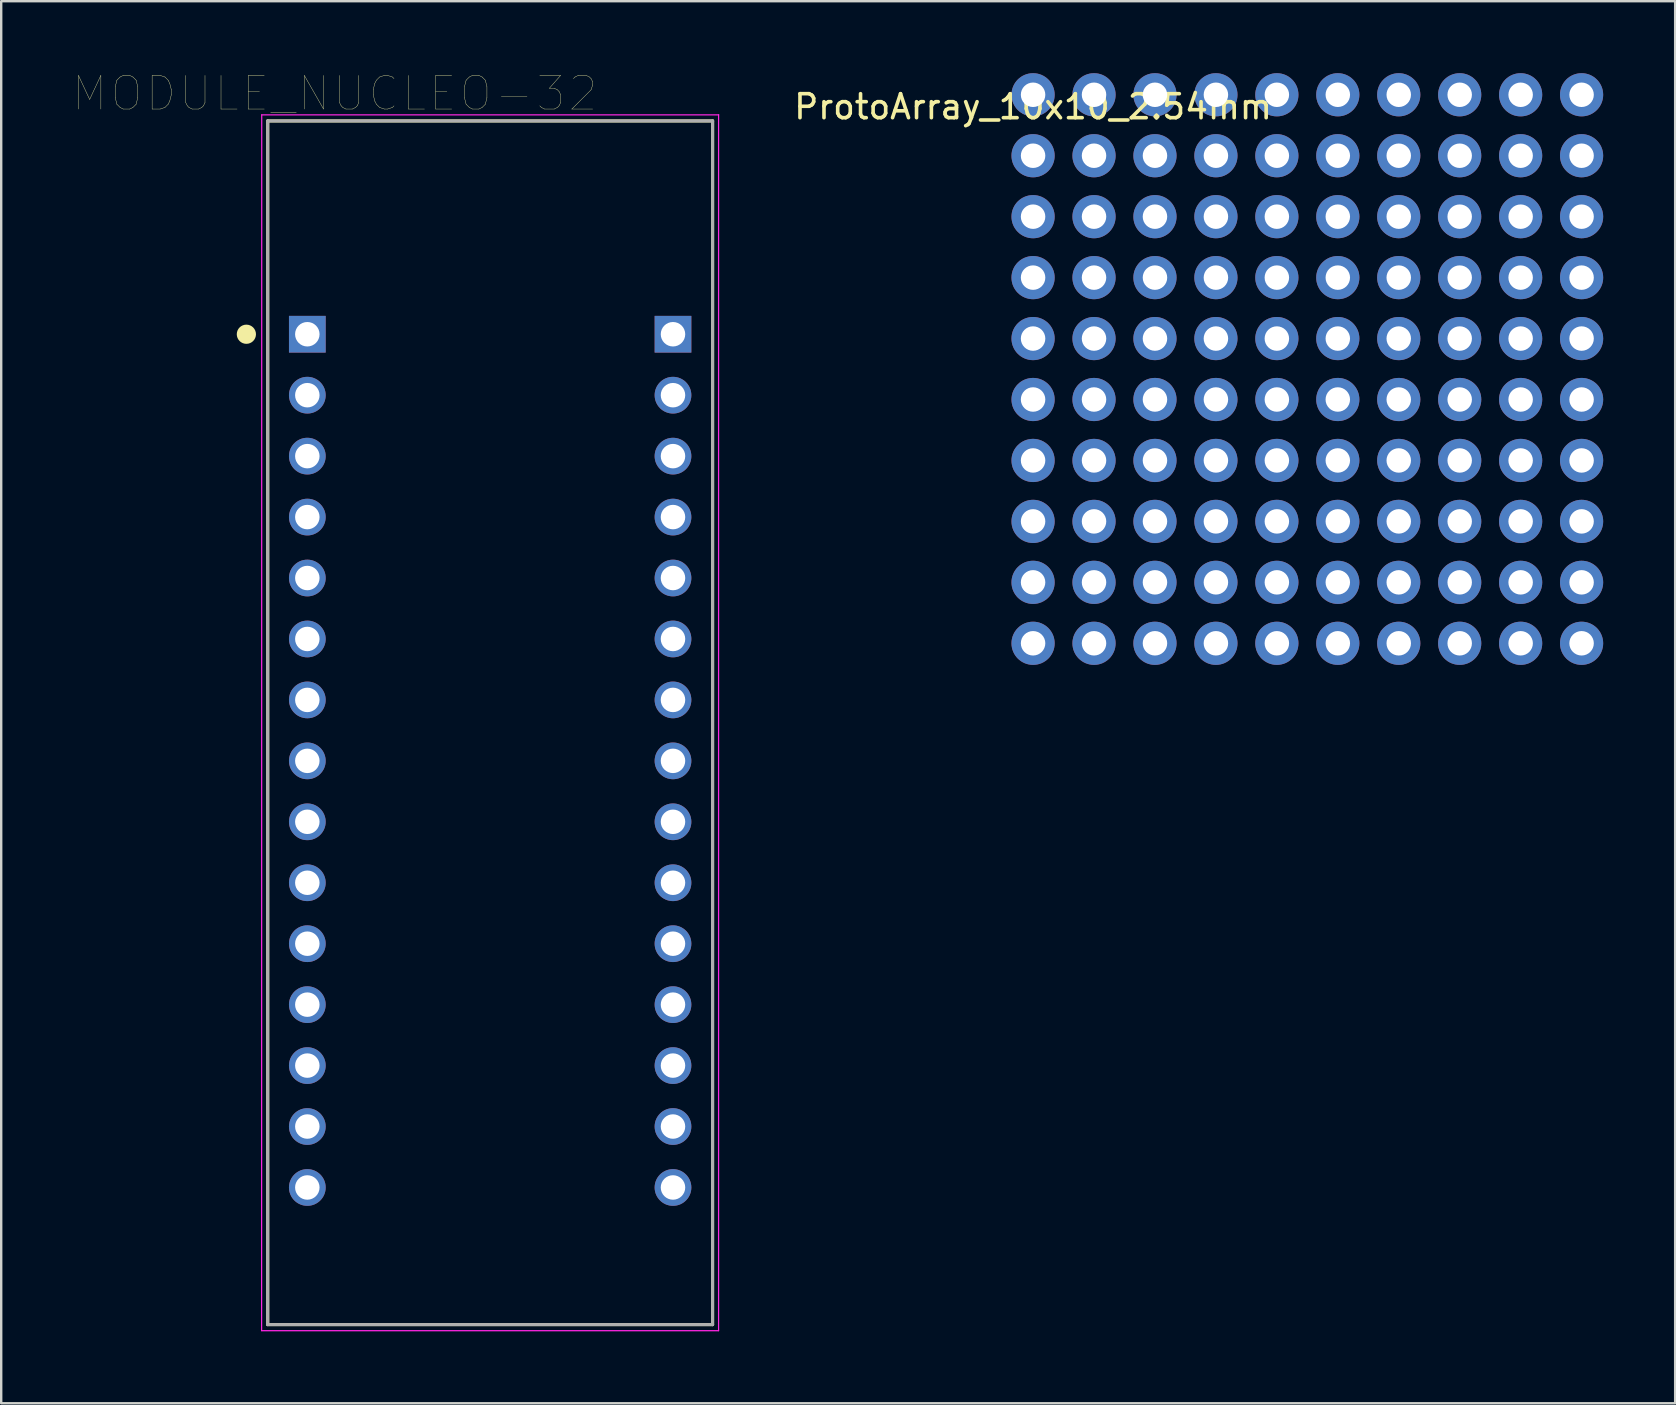
<source format=kicad_pcb>
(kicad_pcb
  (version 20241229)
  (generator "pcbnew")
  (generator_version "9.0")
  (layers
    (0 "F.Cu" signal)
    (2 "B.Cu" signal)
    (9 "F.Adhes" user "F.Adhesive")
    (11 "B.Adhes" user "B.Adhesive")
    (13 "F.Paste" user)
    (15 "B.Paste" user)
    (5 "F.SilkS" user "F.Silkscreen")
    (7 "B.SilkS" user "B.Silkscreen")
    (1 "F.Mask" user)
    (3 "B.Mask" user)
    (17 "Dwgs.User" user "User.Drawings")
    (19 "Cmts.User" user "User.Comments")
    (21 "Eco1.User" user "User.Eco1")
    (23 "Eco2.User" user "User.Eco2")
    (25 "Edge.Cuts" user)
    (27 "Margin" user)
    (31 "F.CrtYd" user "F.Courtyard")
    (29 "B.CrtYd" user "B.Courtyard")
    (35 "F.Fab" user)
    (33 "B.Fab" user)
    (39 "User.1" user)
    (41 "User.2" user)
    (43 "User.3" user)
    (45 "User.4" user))
  (footprint "MODULE_NUCLEO-32"
    (layer "F.Cu")
    (at 17.378 28.66)
    (property "Reference" "MODULE_NUCLEO-32" (at -6.477 -27.813 0) (layer "F.SilkS") (effects (font (size 1.402 1.402) (thickness 0.015))))
    (attr through_hole)
    (fp_line (start -9.27 -26.67) (end 9.271 -26.67) (stroke (width 0.127) (type solid)) (layer "F.SilkS"))
    (fp_line (start -9.27 23.495) (end -9.27 -26.67) (stroke (width 0.127) (type solid)) (layer "F.SilkS"))
    (fp_line (start 9.27 23.495) (end -9.27 23.495) (stroke (width 0.127) (type solid)) (layer "F.SilkS"))
    (fp_line (start 9.271 -26.67) (end 9.27 23.495) (stroke (width 0.127) (type solid)) (layer "F.SilkS"))
    (fp_circle (center -10.16 -17.78) (end -9.96 -17.78) (stroke (width 0.4) (type solid)) (fill no) (layer "F.SilkS"))
    (fp_line (start -9.525 23.749) (end -9.52 -26.924) (stroke (width 0.05) (type solid)) (layer "F.CrtYd"))
    (fp_line (start -9.52 -26.924) (end 9.525 -26.924) (stroke (width 0.05) (type solid)) (layer "F.CrtYd"))
    (fp_line (start 9.52 -26.924) (end 9.52 23.749) (stroke (width 0.05) (type solid)) (layer "F.CrtYd"))
    (fp_line (start 9.52 23.749) (end -9.52 23.749) (stroke (width 0.05) (type solid)) (layer "F.CrtYd"))
    (fp_line (start -9.271 -26.67) (end 9.271 -26.67) (stroke (width 0.127) (type solid)) (layer "F.Fab"))
    (fp_line (start -9.271 23.495) (end -9.27 -26.67) (stroke (width 0.127) (type solid)) (layer "F.Fab"))
    (fp_line (start 9.27 23.495) (end -9.271 23.495) (stroke (width 0.127) (type solid)) (layer "F.Fab"))
    (fp_line (start 9.271 -26.67) (end 9.27 23.495) (stroke (width 0.127) (type solid)) (layer "F.Fab"))
    (pad "3.1" thru_hole rect (at -7.62 -17.78) (size 1.53 1.53) (drill 1.02) (layers "*.Cu" "*.Mask"))
    (pad "3.2" thru_hole circle (at -7.62 -15.24) (size 1.53 1.53) (drill 1.02) (layers "*.Cu" "*.Mask"))
    (pad "3.3" thru_hole circle (at -7.62 -12.7) (size 1.53 1.53) (drill 1.02) (layers "*.Cu" "*.Mask"))
    (pad "3.4" thru_hole circle (at -7.62 -10.16) (size 1.53 1.53) (drill 1.02) (layers "*.Cu" "*.Mask"))
    (pad "3.5" thru_hole circle (at -7.62 -7.62) (size 1.53 1.53) (drill 1.02) (layers "*.Cu" "*.Mask"))
    (pad "3.6" thru_hole circle (at -7.62 -5.08) (size 1.53 1.53) (drill 1.02) (layers "*.Cu" "*.Mask"))
    (pad "3.7" thru_hole circle (at -7.62 -2.54) (size 1.53 1.53) (drill 1.02) (layers "*.Cu" "*.Mask"))
    (pad "3.8" thru_hole circle (at -7.62 0) (size 1.53 1.53) (drill 1.02) (layers "*.Cu" "*.Mask"))
    (pad "3.9" thru_hole circle (at -7.62 2.54) (size 1.53 1.53) (drill 1.02) (layers "*.Cu" "*.Mask"))
    (pad "3.10" thru_hole circle (at -7.62 5.08) (size 1.53 1.53) (drill 1.02) (layers "*.Cu" "*.Mask"))
    (pad "3.11" thru_hole circle (at -7.62 7.62) (size 1.53 1.53) (drill 1.02) (layers "*.Cu" "*.Mask"))
    (pad "3.12" thru_hole circle (at -7.62 10.16) (size 1.53 1.53) (drill 1.02) (layers "*.Cu" "*.Mask"))
    (pad "3.13" thru_hole circle (at -7.62 12.7) (size 1.53 1.53) (drill 1.02) (layers "*.Cu" "*.Mask"))
    (pad "3.14" thru_hole circle (at -7.62 15.24) (size 1.53 1.53) (drill 1.02) (layers "*.Cu" "*.Mask"))
    (pad "3.15" thru_hole circle (at -7.62 17.78) (size 1.53 1.53) (drill 1.02) (layers "*.Cu" "*.Mask"))
    (pad "4.1" thru_hole rect (at 7.62 -17.78) (size 1.53 1.53) (drill 1.02) (layers "*.Cu" "*.Mask"))
    (pad "4.2" thru_hole circle (at 7.62 -15.24) (size 1.53 1.53) (drill 1.02) (layers "*.Cu" "*.Mask"))
    (pad "4.3" thru_hole circle (at 7.62 -12.7) (size 1.53 1.53) (drill 1.02) (layers "*.Cu" "*.Mask"))
    (pad "4.4" thru_hole circle (at 7.62 -10.16) (size 1.53 1.53) (drill 1.02) (layers "*.Cu" "*.Mask"))
    (pad "4.5" thru_hole circle (at 7.62 -7.62) (size 1.53 1.53) (drill 1.02) (layers "*.Cu" "*.Mask"))
    (pad "4.6" thru_hole circle (at 7.62 -5.08) (size 1.53 1.53) (drill 1.02) (layers "*.Cu" "*.Mask"))
    (pad "4.7" thru_hole circle (at 7.62 -2.54) (size 1.53 1.53) (drill 1.02) (layers "*.Cu" "*.Mask"))
    (pad "4.8" thru_hole circle (at 7.62 0) (size 1.53 1.53) (drill 1.02) (layers "*.Cu" "*.Mask"))
    (pad "4.9" thru_hole circle (at 7.62 2.54) (size 1.53 1.53) (drill 1.02) (layers "*.Cu" "*.Mask"))
    (pad "4.10" thru_hole circle (at 7.62 5.08) (size 1.53 1.53) (drill 1.02) (layers "*.Cu" "*.Mask"))
    (pad "4.11" thru_hole circle (at 7.62 7.62) (size 1.53 1.53) (drill 1.02) (layers "*.Cu" "*.Mask"))
    (pad "4.12" thru_hole circle (at 7.62 10.16) (size 1.53 1.53) (drill 1.02) (layers "*.Cu" "*.Mask"))
    (pad "4.13" thru_hole circle (at 7.62 12.7) (size 1.53 1.53) (drill 1.02) (layers "*.Cu" "*.Mask"))
    (pad "4.14" thru_hole circle (at 7.62 15.24) (size 1.53 1.53) (drill 1.02) (layers "*.Cu" "*.Mask"))
    (pad "4.15" thru_hole circle (at 7.62 17.78) (size 1.53 1.53) (drill 1.02) (layers "*.Cu" "*.Mask")))
  (footprint "ProtoArray_10x10_2.54mm"
    (layer "F.Cu")
    (at 40.005 0.9)
    (property "Reference" "ProtoArray_10x10_2.54mm" (at 0 0.5 0) (layer "F.SilkS") (effects (font (size 1 1) (thickness 0.15))))
    (attr through_hole)
    (pad "1" thru_hole circle (at 0 0) (size 1.8 1.8) (drill 1.02) (layers "*.Cu" "*.Mask"))
    (pad "2" thru_hole circle (at 2.54 0) (size 1.8 1.8) (drill 1.02) (layers "*.Cu" "*.Mask"))
    (pad "3" thru_hole circle (at 5.08 0) (size 1.8 1.8) (drill 1.02) (layers "*.Cu" "*.Mask"))
    (pad "4" thru_hole circle (at 7.62 0) (size 1.8 1.8) (drill 1.02) (layers "*.Cu" "*.Mask"))
    (pad "5" thru_hole circle (at 10.16 0) (size 1.8 1.8) (drill 1.02) (layers "*.Cu" "*.Mask"))
    (pad "6" thru_hole circle (at 12.7 0) (size 1.8 1.8) (drill 1.02) (layers "*.Cu" "*.Mask"))
    (pad "7" thru_hole circle (at 15.24 0) (size 1.8 1.8) (drill 1.02) (layers "*.Cu" "*.Mask"))
    (pad "8" thru_hole circle (at 17.78 0) (size 1.8 1.8) (drill 1.02) (layers "*.Cu" "*.Mask"))
    (pad "9" thru_hole circle (at 20.32 0) (size 1.8 1.8) (drill 1.02) (layers "*.Cu" "*.Mask"))
    (pad "10" thru_hole circle (at 22.86 0) (size 1.8 1.8) (drill 1.02) (layers "*.Cu" "*.Mask"))
    (pad "11" thru_hole circle (at 0 2.54) (size 1.8 1.8) (drill 1.02) (layers "*.Cu" "*.Mask"))
    (pad "12" thru_hole circle (at 2.54 2.54) (size 1.8 1.8) (drill 1.02) (layers "*.Cu" "*.Mask"))
    (pad "13" thru_hole circle (at 5.08 2.54) (size 1.8 1.8) (drill 1.02) (layers "*.Cu" "*.Mask"))
    (pad "14" thru_hole circle (at 7.62 2.54) (size 1.8 1.8) (drill 1.02) (layers "*.Cu" "*.Mask"))
    (pad "15" thru_hole circle (at 10.16 2.54) (size 1.8 1.8) (drill 1.02) (layers "*.Cu" "*.Mask"))
    (pad "16" thru_hole circle (at 12.7 2.54) (size 1.8 1.8) (drill 1.02) (layers "*.Cu" "*.Mask"))
    (pad "17" thru_hole circle (at 15.24 2.54) (size 1.8 1.8) (drill 1.02) (layers "*.Cu" "*.Mask"))
    (pad "18" thru_hole circle (at 17.78 2.54) (size 1.8 1.8) (drill 1.02) (layers "*.Cu" "*.Mask"))
    (pad "19" thru_hole circle (at 20.32 2.54) (size 1.8 1.8) (drill 1.02) (layers "*.Cu" "*.Mask"))
    (pad "20" thru_hole circle (at 22.86 2.54) (size 1.8 1.8) (drill 1.02) (layers "*.Cu" "*.Mask"))
    (pad "21" thru_hole circle (at 0 5.08) (size 1.8 1.8) (drill 1.02) (layers "*.Cu" "*.Mask"))
    (pad "22" thru_hole circle (at 2.54 5.08) (size 1.8 1.8) (drill 1.02) (layers "*.Cu" "*.Mask"))
    (pad "23" thru_hole circle (at 5.08 5.08) (size 1.8 1.8) (drill 1.02) (layers "*.Cu" "*.Mask"))
    (pad "24" thru_hole circle (at 7.62 5.08) (size 1.8 1.8) (drill 1.02) (layers "*.Cu" "*.Mask"))
    (pad "25" thru_hole circle (at 10.16 5.08) (size 1.8 1.8) (drill 1.02) (layers "*.Cu" "*.Mask"))
    (pad "26" thru_hole circle (at 12.7 5.08) (size 1.8 1.8) (drill 1.02) (layers "*.Cu" "*.Mask"))
    (pad "27" thru_hole circle (at 15.24 5.08) (size 1.8 1.8) (drill 1.02) (layers "*.Cu" "*.Mask"))
    (pad "28" thru_hole circle (at 17.78 5.08) (size 1.8 1.8) (drill 1.02) (layers "*.Cu" "*.Mask"))
    (pad "29" thru_hole circle (at 20.32 5.08) (size 1.8 1.8) (drill 1.02) (layers "*.Cu" "*.Mask"))
    (pad "30" thru_hole circle (at 22.86 5.08) (size 1.8 1.8) (drill 1.02) (layers "*.Cu" "*.Mask"))
    (pad "31" thru_hole circle (at 0 7.62) (size 1.8 1.8) (drill 1.02) (layers "*.Cu" "*.Mask"))
    (pad "32" thru_hole circle (at 2.54 7.62) (size 1.8 1.8) (drill 1.02) (layers "*.Cu" "*.Mask"))
    (pad "33" thru_hole circle (at 5.08 7.62) (size 1.8 1.8) (drill 1.02) (layers "*.Cu" "*.Mask"))
    (pad "34" thru_hole circle (at 7.62 7.62) (size 1.8 1.8) (drill 1.02) (layers "*.Cu" "*.Mask"))
    (pad "35" thru_hole circle (at 10.16 7.62) (size 1.8 1.8) (drill 1.02) (layers "*.Cu" "*.Mask"))
    (pad "36" thru_hole circle (at 12.7 7.62) (size 1.8 1.8) (drill 1.02) (layers "*.Cu" "*.Mask"))
    (pad "37" thru_hole circle (at 15.24 7.62) (size 1.8 1.8) (drill 1.02) (layers "*.Cu" "*.Mask"))
    (pad "38" thru_hole circle (at 17.78 7.62) (size 1.8 1.8) (drill 1.02) (layers "*.Cu" "*.Mask"))
    (pad "39" thru_hole circle (at 20.32 7.62) (size 1.8 1.8) (drill 1.02) (layers "*.Cu" "*.Mask"))
    (pad "40" thru_hole circle (at 22.86 7.62) (size 1.8 1.8) (drill 1.02) (layers "*.Cu" "*.Mask"))
    (pad "41" thru_hole circle (at 0 10.16) (size 1.8 1.8) (drill 1.02) (layers "*.Cu" "*.Mask"))
    (pad "42" thru_hole circle (at 2.54 10.16) (size 1.8 1.8) (drill 1.02) (layers "*.Cu" "*.Mask"))
    (pad "43" thru_hole circle (at 5.08 10.16) (size 1.8 1.8) (drill 1.02) (layers "*.Cu" "*.Mask"))
    (pad "44" thru_hole circle (at 7.62 10.16) (size 1.8 1.8) (drill 1.02) (layers "*.Cu" "*.Mask"))
    (pad "45" thru_hole circle (at 10.16 10.16) (size 1.8 1.8) (drill 1.02) (layers "*.Cu" "*.Mask"))
    (pad "46" thru_hole circle (at 12.7 10.16) (size 1.8 1.8) (drill 1.02) (layers "*.Cu" "*.Mask"))
    (pad "47" thru_hole circle (at 15.24 10.16) (size 1.8 1.8) (drill 1.02) (layers "*.Cu" "*.Mask"))
    (pad "48" thru_hole circle (at 17.78 10.16) (size 1.8 1.8) (drill 1.02) (layers "*.Cu" "*.Mask"))
    (pad "49" thru_hole circle (at 20.32 10.16) (size 1.8 1.8) (drill 1.02) (layers "*.Cu" "*.Mask"))
    (pad "50" thru_hole circle (at 22.86 10.16) (size 1.8 1.8) (drill 1.02) (layers "*.Cu" "*.Mask"))
    (pad "51" thru_hole circle (at 0 12.7) (size 1.8 1.8) (drill 1.02) (layers "*.Cu" "*.Mask"))
    (pad "52" thru_hole circle (at 2.54 12.7) (size 1.8 1.8) (drill 1.02) (layers "*.Cu" "*.Mask"))
    (pad "53" thru_hole circle (at 5.08 12.7) (size 1.8 1.8) (drill 1.02) (layers "*.Cu" "*.Mask"))
    (pad "54" thru_hole circle (at 7.62 12.7) (size 1.8 1.8) (drill 1.02) (layers "*.Cu" "*.Mask"))
    (pad "55" thru_hole circle (at 10.16 12.7) (size 1.8 1.8) (drill 1.02) (layers "*.Cu" "*.Mask"))
    (pad "56" thru_hole circle (at 12.7 12.7) (size 1.8 1.8) (drill 1.02) (layers "*.Cu" "*.Mask"))
    (pad "57" thru_hole circle (at 15.24 12.7) (size 1.8 1.8) (drill 1.02) (layers "*.Cu" "*.Mask"))
    (pad "58" thru_hole circle (at 17.78 12.7) (size 1.8 1.8) (drill 1.02) (layers "*.Cu" "*.Mask"))
    (pad "59" thru_hole circle (at 20.32 12.7) (size 1.8 1.8) (drill 1.02) (layers "*.Cu" "*.Mask"))
    (pad "60" thru_hole circle (at 22.86 12.7) (size 1.8 1.8) (drill 1.02) (layers "*.Cu" "*.Mask"))
    (pad "61" thru_hole circle (at 0 15.24) (size 1.8 1.8) (drill 1.02) (layers "*.Cu" "*.Mask"))
    (pad "62" thru_hole circle (at 2.54 15.24) (size 1.8 1.8) (drill 1.02) (layers "*.Cu" "*.Mask"))
    (pad "63" thru_hole circle (at 5.08 15.24) (size 1.8 1.8) (drill 1.02) (layers "*.Cu" "*.Mask"))
    (pad "64" thru_hole circle (at 7.62 15.24) (size 1.8 1.8) (drill 1.02) (layers "*.Cu" "*.Mask"))
    (pad "65" thru_hole circle (at 10.16 15.24) (size 1.8 1.8) (drill 1.02) (layers "*.Cu" "*.Mask"))
    (pad "66" thru_hole circle (at 12.7 15.24) (size 1.8 1.8) (drill 1.02) (layers "*.Cu" "*.Mask"))
    (pad "67" thru_hole circle (at 15.24 15.24) (size 1.8 1.8) (drill 1.02) (layers "*.Cu" "*.Mask"))
    (pad "68" thru_hole circle (at 17.78 15.24) (size 1.8 1.8) (drill 1.02) (layers "*.Cu" "*.Mask"))
    (pad "69" thru_hole circle (at 20.32 15.24) (size 1.8 1.8) (drill 1.02) (layers "*.Cu" "*.Mask"))
    (pad "70" thru_hole circle (at 22.86 15.24) (size 1.8 1.8) (drill 1.02) (layers "*.Cu" "*.Mask"))
    (pad "71" thru_hole circle (at 0 17.78) (size 1.8 1.8) (drill 1.02) (layers "*.Cu" "*.Mask"))
    (pad "72" thru_hole circle (at 2.54 17.78) (size 1.8 1.8) (drill 1.02) (layers "*.Cu" "*.Mask"))
    (pad "73" thru_hole circle (at 5.08 17.78) (size 1.8 1.8) (drill 1.02) (layers "*.Cu" "*.Mask"))
    (pad "74" thru_hole circle (at 7.62 17.78) (size 1.8 1.8) (drill 1.02) (layers "*.Cu" "*.Mask"))
    (pad "75" thru_hole circle (at 10.16 17.78) (size 1.8 1.8) (drill 1.02) (layers "*.Cu" "*.Mask"))
    (pad "76" thru_hole circle (at 12.7 17.78) (size 1.8 1.8) (drill 1.02) (layers "*.Cu" "*.Mask"))
    (pad "77" thru_hole circle (at 15.24 17.78) (size 1.8 1.8) (drill 1.02) (layers "*.Cu" "*.Mask"))
    (pad "78" thru_hole circle (at 17.78 17.78) (size 1.8 1.8) (drill 1.02) (layers "*.Cu" "*.Mask"))
    (pad "79" thru_hole circle (at 20.32 17.78) (size 1.8 1.8) (drill 1.02) (layers "*.Cu" "*.Mask"))
    (pad "80" thru_hole circle (at 22.86 17.78) (size 1.8 1.8) (drill 1.02) (layers "*.Cu" "*.Mask"))
    (pad "81" thru_hole circle (at 0 20.32) (size 1.8 1.8) (drill 1.02) (layers "*.Cu" "*.Mask"))
    (pad "82" thru_hole circle (at 2.54 20.32) (size 1.8 1.8) (drill 1.02) (layers "*.Cu" "*.Mask"))
    (pad "83" thru_hole circle (at 5.08 20.32) (size 1.8 1.8) (drill 1.02) (layers "*.Cu" "*.Mask"))
    (pad "84" thru_hole circle (at 7.62 20.32) (size 1.8 1.8) (drill 1.02) (layers "*.Cu" "*.Mask"))
    (pad "85" thru_hole circle (at 10.16 20.32) (size 1.8 1.8) (drill 1.02) (layers "*.Cu" "*.Mask"))
    (pad "86" thru_hole circle (at 12.7 20.32) (size 1.8 1.8) (drill 1.02) (layers "*.Cu" "*.Mask"))
    (pad "87" thru_hole circle (at 15.24 20.32) (size 1.8 1.8) (drill 1.02) (layers "*.Cu" "*.Mask"))
    (pad "88" thru_hole circle (at 17.78 20.32) (size 1.8 1.8) (drill 1.02) (layers "*.Cu" "*.Mask"))
    (pad "89" thru_hole circle (at 20.32 20.32) (size 1.8 1.8) (drill 1.02) (layers "*.Cu" "*.Mask"))
    (pad "90" thru_hole circle (at 22.86 20.32) (size 1.8 1.8) (drill 1.02) (layers "*.Cu" "*.Mask"))
    (pad "91" thru_hole circle (at 0 22.86) (size 1.8 1.8) (drill 1.02) (layers "*.Cu" "*.Mask"))
    (pad "92" thru_hole circle (at 2.54 22.86) (size 1.8 1.8) (drill 1.02) (layers "*.Cu" "*.Mask"))
    (pad "93" thru_hole circle (at 5.08 22.86) (size 1.8 1.8) (drill 1.02) (layers "*.Cu" "*.Mask"))
    (pad "94" thru_hole circle (at 7.62 22.86) (size 1.8 1.8) (drill 1.02) (layers "*.Cu" "*.Mask"))
    (pad "95" thru_hole circle (at 10.16 22.86) (size 1.8 1.8) (drill 1.02) (layers "*.Cu" "*.Mask"))
    (pad "96" thru_hole circle (at 12.7 22.86) (size 1.8 1.8) (drill 1.02) (layers "*.Cu" "*.Mask"))
    (pad "97" thru_hole circle (at 15.24 22.86) (size 1.8 1.8) (drill 1.02) (layers "*.Cu" "*.Mask"))
    (pad "98" thru_hole circle (at 17.78 22.86) (size 1.8 1.8) (drill 1.02) (layers "*.Cu" "*.Mask"))
    (pad "99" thru_hole circle (at 20.32 22.86) (size 1.8 1.8) (drill 1.02) (layers "*.Cu" "*.Mask"))
    (pad "100" thru_hole circle (at 22.86 22.86) (size 1.8 1.8) (drill 1.02) (layers "*.Cu" "*.Mask")))
  (gr_rect
    (start -3 -3)
    (end 66.765 55.434)
    (stroke (width 0.1) (type default))
    (fill no)
    (layer "Edge.Cuts")))
</source>
